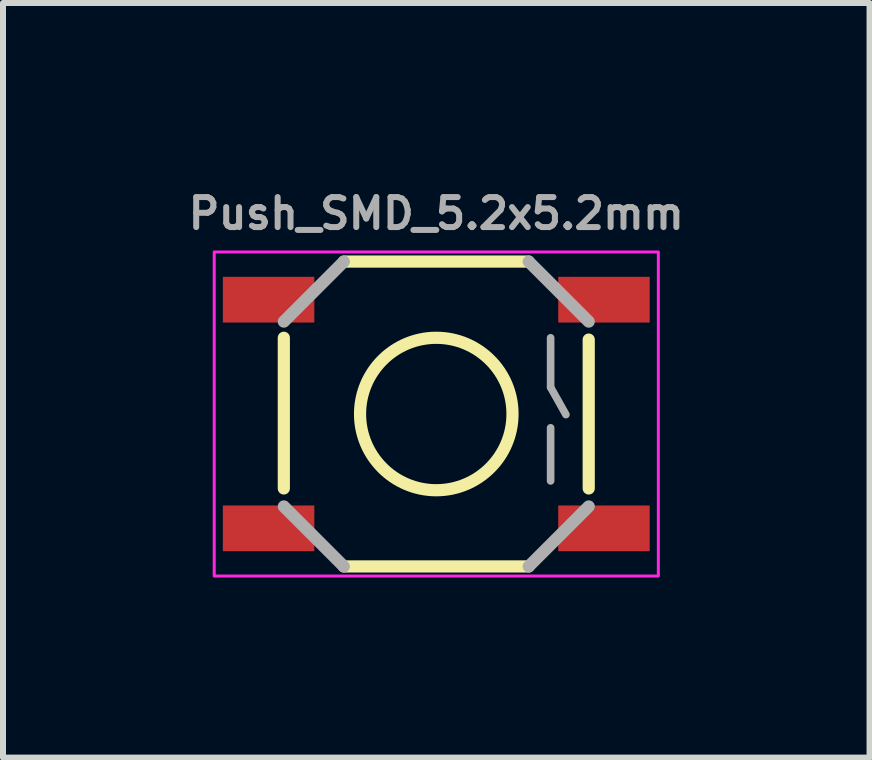
<source format=kicad_pcb>
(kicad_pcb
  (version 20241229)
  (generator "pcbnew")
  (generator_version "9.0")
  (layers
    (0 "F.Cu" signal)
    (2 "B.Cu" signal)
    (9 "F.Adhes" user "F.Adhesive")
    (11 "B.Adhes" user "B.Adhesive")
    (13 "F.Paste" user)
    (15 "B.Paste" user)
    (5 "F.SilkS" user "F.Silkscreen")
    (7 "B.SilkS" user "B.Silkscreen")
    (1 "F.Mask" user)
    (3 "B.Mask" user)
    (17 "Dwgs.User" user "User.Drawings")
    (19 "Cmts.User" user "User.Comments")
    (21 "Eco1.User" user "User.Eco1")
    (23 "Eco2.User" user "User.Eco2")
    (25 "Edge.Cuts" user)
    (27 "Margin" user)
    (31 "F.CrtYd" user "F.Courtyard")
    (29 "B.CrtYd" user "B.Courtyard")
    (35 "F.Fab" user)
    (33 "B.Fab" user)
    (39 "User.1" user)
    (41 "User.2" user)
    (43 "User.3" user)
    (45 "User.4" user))
  (footprint "Push_SMD_5.2x5.2mm"
    (layer "F.Cu")
    (at 4.219 3.848)
    (property "Reference" "Push_SMD_5.2x5.2mm" (at 0 -3.048 0) (layer "F.Fab") (effects (font (size 0.5 0.5) (thickness 0.1) (bold yes)) (justify bottom)))
    (fp_line (start -2.54 1.24) (end -2.54 -1.27) (stroke (width 0.203) (type solid)) (layer "F.SilkS"))
    (fp_line (start -1.54 -2.54) (end 1.54 -2.54) (stroke (width 0.203) (type solid)) (layer "F.SilkS"))
    (fp_line (start 1.54 2.54) (end -1.54 2.54) (stroke (width 0.203) (type solid)) (layer "F.SilkS"))
    (fp_line (start 2.54 -1.24) (end 2.54 1.24) (stroke (width 0.203) (type solid)) (layer "F.SilkS"))
    (fp_circle (center 0 0) (end 1.27 0) (stroke (width 0.203) (type solid)) (fill no) (layer "F.SilkS"))
    (fp_rect (start 3.7 -2.7) (end -3.7 2.7) (stroke (width 0.05) (type default)) (fill no) (layer "F.CrtYd"))
    (fp_line (start -2.54 -1.54) (end -1.54 -2.54) (stroke (width 0.203) (type solid)) (layer "F.Fab"))
    (fp_line (start -1.54 2.54) (end -2.54 1.54) (stroke (width 0.203) (type solid)) (layer "F.Fab"))
    (fp_line (start 1.54 -2.54) (end 2.54 -1.54) (stroke (width 0.203) (type solid)) (layer "F.Fab"))
    (fp_line (start 1.905 -1.27) (end 1.905 -0.445) (stroke (width 0.127) (type solid)) (layer "F.Fab"))
    (fp_line (start 1.905 -0.445) (end 2.16 0.01) (stroke (width 0.127) (type solid)) (layer "F.Fab"))
    (fp_line (start 1.905 0.23) (end 1.905 1.115) (stroke (width 0.127) (type solid)) (layer "F.Fab"))
    (fp_line (start 2.54 1.54) (end 1.54 2.54) (stroke (width 0.203) (type solid)) (layer "F.Fab"))
    (pad "1" smd rect (at -2.794 -1.905 90) (size 0.762 1.524) (layers "F.Cu" "F.Mask" "F.Paste"))
    (pad "1" smd rect (at 2.794 -1.905 90) (size 0.762 1.524) (layers "F.Cu" "F.Mask" "F.Paste"))
    (pad "2" smd rect (at -2.794 1.905 90) (size 0.762 1.524) (layers "F.Cu" "F.Mask" "F.Paste"))
    (pad "2" smd rect (at 2.794 1.905 90) (size 0.762 1.524) (layers "F.Cu" "F.Mask" "F.Paste")))
  (gr_rect
    (start -3 -3)
    (end 11.438 9.573)
    (stroke (width 0.1) (type default))
    (fill no)
    (layer "Edge.Cuts")))
</source>
